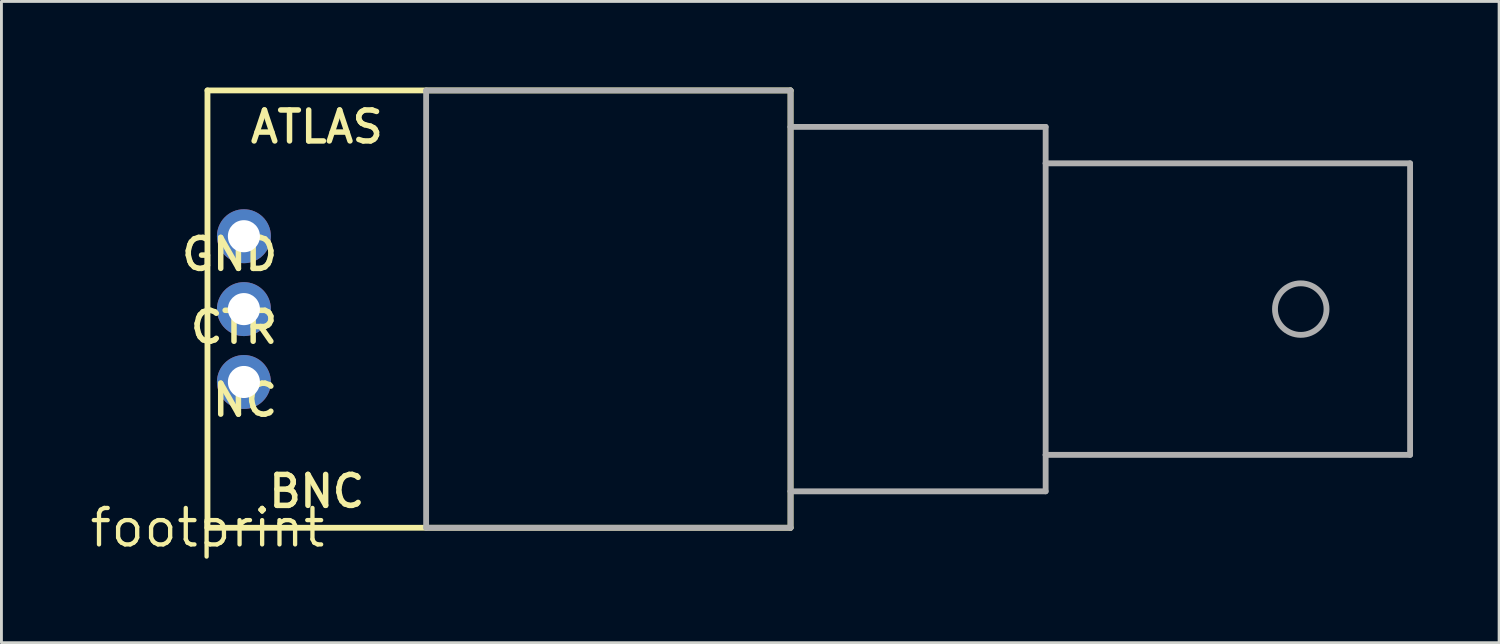
<source format=kicad_pcb>
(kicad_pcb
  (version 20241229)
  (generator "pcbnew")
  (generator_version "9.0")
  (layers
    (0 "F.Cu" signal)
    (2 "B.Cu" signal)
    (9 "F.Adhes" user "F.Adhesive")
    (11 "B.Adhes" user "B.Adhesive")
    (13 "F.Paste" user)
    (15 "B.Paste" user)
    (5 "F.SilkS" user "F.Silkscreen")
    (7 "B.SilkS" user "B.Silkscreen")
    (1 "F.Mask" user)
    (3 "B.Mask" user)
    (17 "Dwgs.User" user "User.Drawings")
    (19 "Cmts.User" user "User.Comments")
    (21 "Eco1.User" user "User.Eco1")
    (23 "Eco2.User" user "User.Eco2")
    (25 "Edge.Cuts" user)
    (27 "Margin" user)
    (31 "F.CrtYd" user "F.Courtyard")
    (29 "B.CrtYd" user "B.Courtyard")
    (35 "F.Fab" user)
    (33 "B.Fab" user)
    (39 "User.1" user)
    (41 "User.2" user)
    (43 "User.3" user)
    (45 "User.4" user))
  (footprint "footprint"
    (layer "F.Cu")
    (at 4.18 15.342)
    (property "Reference" "footprint" (at 0 0 0) (layer "F.SilkS") (effects (font (size 1.27 1.27) (thickness 0.15))))
    (fp_line (start 0 -15.24) (end 0 0) (stroke (width 0.203) (type solid)) (layer "F.SilkS"))
    (fp_line (start 0 0) (end 20.32 0) (stroke (width 0.203) (type solid)) (layer "F.SilkS"))
    (fp_line (start 20.32 -15.24) (end 0 -15.24) (stroke (width 0.203) (type solid)) (layer "F.SilkS"))
    (fp_line (start 20.32 0) (end 20.32 -15.24) (stroke (width 0.203) (type solid)) (layer "F.SilkS"))
    (fp_line (start 7.62 -15.24) (end 7.62 0) (stroke (width 0.203) (type solid)) (layer "F.Fab"))
    (fp_line (start 7.62 0) (end 20.32 0) (stroke (width 0.203) (type solid)) (layer "F.Fab"))
    (fp_line (start 20.32 -15.24) (end 7.62 -15.24) (stroke (width 0.203) (type solid)) (layer "F.Fab"))
    (fp_line (start 20.32 -13.97) (end 20.32 -15.24) (stroke (width 0.203) (type solid)) (layer "F.Fab"))
    (fp_line (start 20.32 -13.97) (end 29.21 -13.97) (stroke (width 0.203) (type solid)) (layer "F.Fab"))
    (fp_line (start 20.32 -1.27) (end 20.32 -13.97) (stroke (width 0.203) (type solid)) (layer "F.Fab"))
    (fp_line (start 20.32 0) (end 20.32 -1.27) (stroke (width 0.203) (type solid)) (layer "F.Fab"))
    (fp_line (start 29.21 -13.97) (end 29.21 -12.7) (stroke (width 0.203) (type solid)) (layer "F.Fab"))
    (fp_line (start 29.21 -12.7) (end 29.21 -2.54) (stroke (width 0.203) (type solid)) (layer "F.Fab"))
    (fp_line (start 29.21 -12.7) (end 41.91 -12.7) (stroke (width 0.203) (type solid)) (layer "F.Fab"))
    (fp_line (start 29.21 -2.54) (end 29.21 -1.27) (stroke (width 0.203) (type solid)) (layer "F.Fab"))
    (fp_line (start 29.21 -1.27) (end 20.32 -1.27) (stroke (width 0.203) (type solid)) (layer "F.Fab"))
    (fp_line (start 41.91 -12.7) (end 41.91 -2.54) (stroke (width 0.203) (type solid)) (layer "F.Fab"))
    (fp_line (start 41.91 -2.54) (end 29.21 -2.54) (stroke (width 0.203) (type solid)) (layer "F.Fab"))
    (fp_circle (center 38.1 -7.62) (end 38.998 -7.62) (stroke (width 0.203) (type solid)) (fill no) (layer "F.Fab"))
    (fp_text user "NC" (at 2.54 -5.08 0) (layer "F.SilkS") (effects (font (size 1.079 1.079) (thickness 0.191)) (justify right top)))
    (fp_text user "GND" (at 2.54 -10.16 0) (layer "F.SilkS") (effects (font (size 1.079 1.079) (thickness 0.191)) (justify right top)))
    (fp_text user "BNC" (at 3.81 -1.27 0) (layer "F.SilkS") (effects (font (size 1.079 1.079) (thickness 0.191))))
    (fp_text user "ATLAS" (at 3.81 -13.97 0) (layer "F.SilkS") (effects (font (size 1.079 1.079) (thickness 0.191))))
    (fp_text user "CTR" (at 2.54 -7.62 0) (layer "F.SilkS") (effects (font (size 1.079 1.079) (thickness 0.191)) (justify right top)))
    (pad "CENTER" thru_hole circle (at 1.27 -7.62) (size 1.88 1.88) (drill 1.118) (layers "*.Cu" "*.Mask"))
    (pad "GND" thru_hole circle (at 1.27 -10.16) (size 1.88 1.88) (drill 1.118) (layers "*.Cu" "*.Mask"))
    (pad "NC" thru_hole circle (at 1.27 -5.08) (size 1.88 1.88) (drill 1.118) (layers "*.Cu" "*.Mask")))
  (gr_rect
    (start -3 -3)
    (end 49.192 19.348)
    (stroke (width 0.1) (type default))
    (fill no)
    (layer "Edge.Cuts")))
</source>
